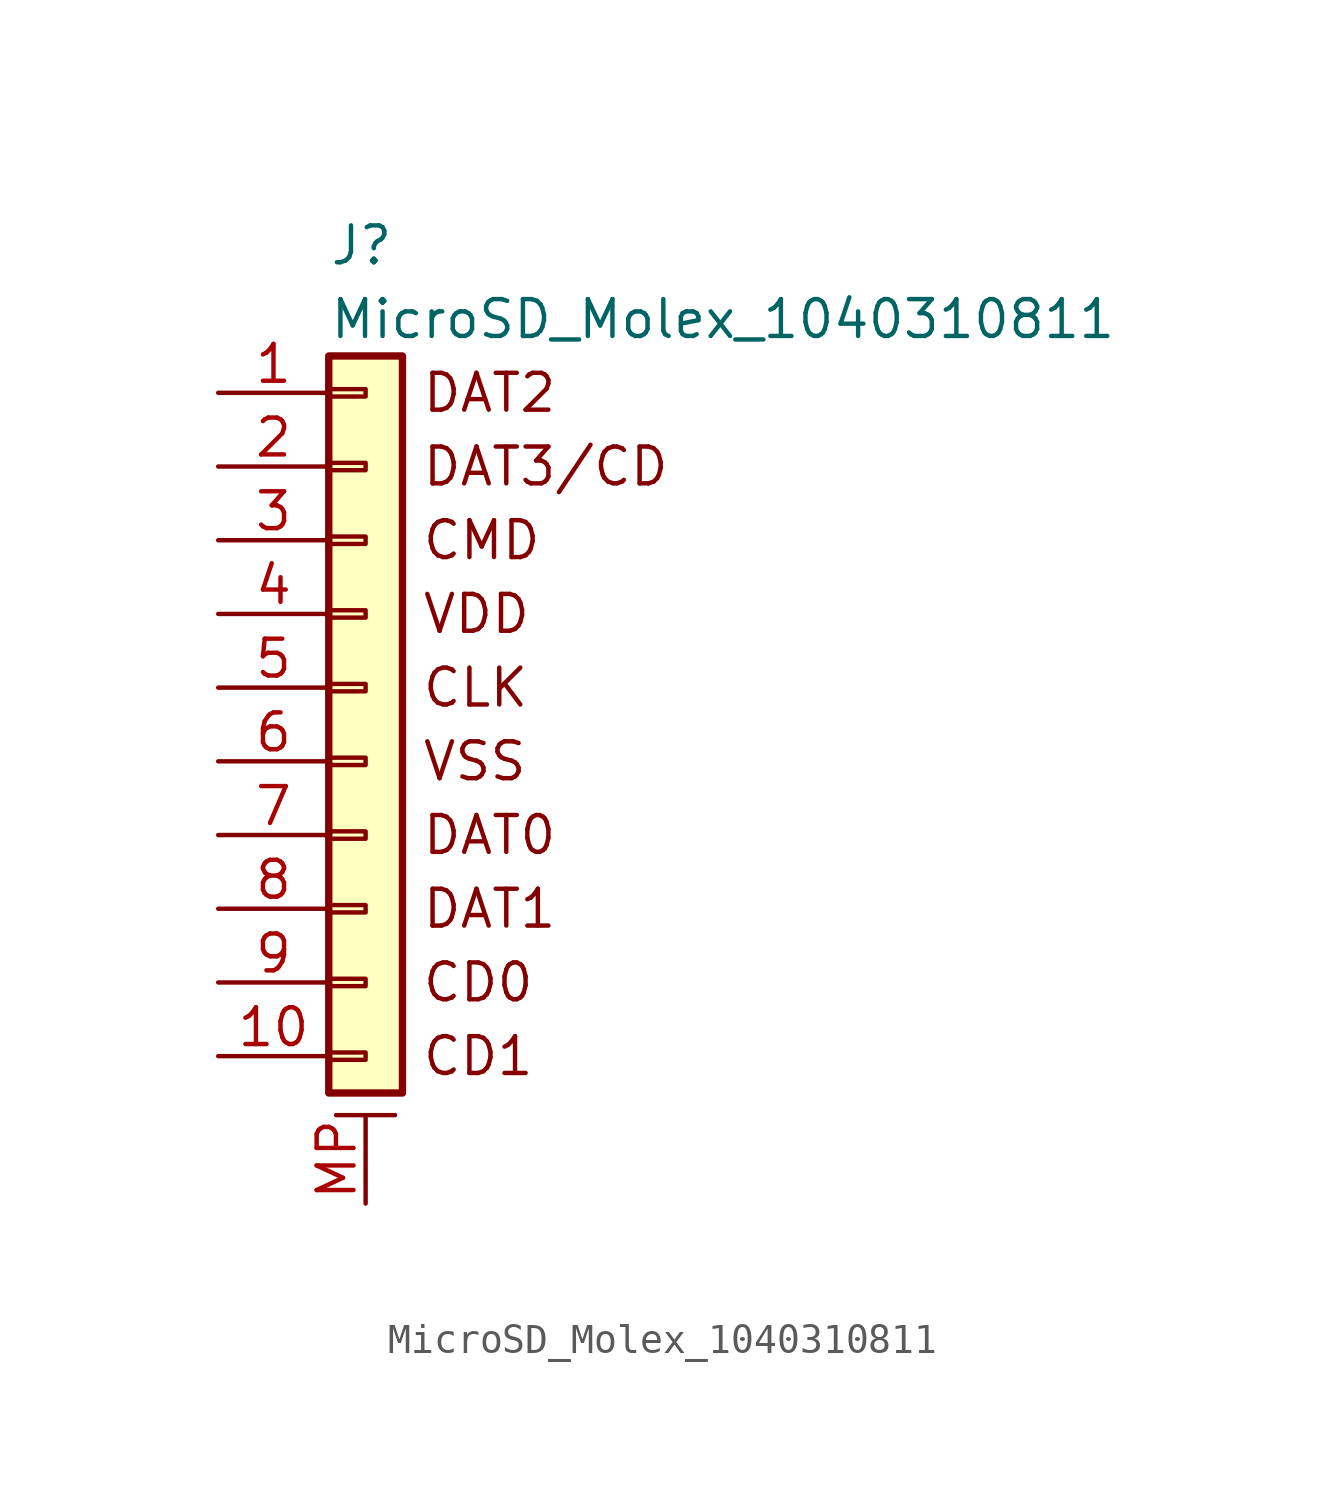
<source format=kicad_sym>
(kicad_symbol_lib
  (version 20231120)
  (generator "kicad_symbol_editor")
  (generator_version "8.0")
  (symbol "MicroSD_Molex_1040310811"
    (pin_names
      (offset 1.016) hide)
    (property "Reference" "J"
      (at -1.27 15.24 0)
      (effects (font (size 1.27 1.27)) (justify left)))
    (property "Value" "MicroSD_Molex_1040310811"
      (at -1.27 12.7 0)
      (effects (font (size 1.27 1.27)) (justify left)))
    (symbol "MicroSD_Molex_1040310811_0_0"
      (text "CD0" (at 1.905 -10.16 0) (effects (font (size 1.27 1.27)) (justify left)))
      (text "CD1" (at 1.905 -12.7 0) (effects (font (size 1.27 1.27)) (justify left)))
      (text "CLK" (at 1.905 0 0) (effects (font (size 1.27 1.27)) (justify left)))
      (text "CMD" (at 1.905 5.08 0) (effects (font (size 1.27 1.27)) (justify left)))
      (text "DAT0" (at 1.905 -5.08 0) (effects (font (size 1.27 1.27)) (justify left)))
      (text "DAT1" (at 1.905 -7.62 0) (effects (font (size 1.27 1.27)) (justify left)))
      (text "DAT2" (at 1.905 10.16 0) (effects (font (size 1.27 1.27)) (justify left)))
      (text "DAT3/CD" (at 1.905 7.62 0) (effects (font (size 1.27 1.27)) (justify left)))
      (text "VDD" (at 1.905 2.54 0) (effects (font (size 1.27 1.27)) (justify left)))
      (text "VSS" (at 1.905 -2.54 0) (effects (font (size 1.27 1.27)) (justify left))))
    (symbol "MicroSD_Molex_1040310811_1_1"
      (rectangle (start -1.27 -12.573) (end 0 -12.827) (stroke (width 0.152) (type solid)) (fill (type none)))
      (rectangle (start -1.27 -10.033) (end 0 -10.287) (stroke (width 0.152) (type solid)) (fill (type none)))
      (rectangle (start -1.27 -7.493) (end 0 -7.747) (stroke (width 0.152) (type solid)) (fill (type none)))
      (rectangle (start -1.27 -4.953) (end 0 -5.207) (stroke (width 0.152) (type solid)) (fill (type none)))
      (rectangle (start -1.27 -2.413) (end 0 -2.667) (stroke (width 0.152) (type solid)) (fill (type none)))
      (rectangle (start -1.27 0.127) (end 0 -0.127) (stroke (width 0.152) (type solid)) (fill (type none)))
      (rectangle (start -1.27 2.667) (end 0 2.413) (stroke (width 0.152) (type solid)) (fill (type none)))
      (rectangle (start -1.27 5.207) (end 0 4.953) (stroke (width 0.152) (type solid)) (fill (type none)))
      (rectangle (start -1.27 7.747) (end 0 7.493) (stroke (width 0.152) (type solid)) (fill (type none)))
      (rectangle (start -1.27 10.287) (end 0 10.033) (stroke (width 0.152) (type solid)) (fill (type none)))
      (rectangle (start -1.27 11.43) (end 1.27 -13.97) (stroke (width 0.254) (type solid)) (fill (type background)))
      (polyline (pts (xy -1.016 -14.732) (xy 1.016 -14.732)) (stroke (width 0.152) (type solid)) (fill (type none)))
      (pin passive line (at -5.08 10.16 0) (length 3.81) (name "Pin_1" (effects (font (size 1.27 1.27)))) (number "1" (effects (font (size 1.27 1.27)))))
      (pin passive line (at -5.08 -12.7 0) (length 3.81) (name "DET" (effects (font (size 1.27 1.27)))) (number "10" (effects (font (size 1.27 1.27)))))
      (pin passive line (at -5.08 7.62 0) (length 3.81) (name "Pin_2" (effects (font (size 1.27 1.27)))) (number "2" (effects (font (size 1.27 1.27)))))
      (pin passive line (at -5.08 5.08 0) (length 3.81) (name "Pin_3" (effects (font (size 1.27 1.27)))) (number "3" (effects (font (size 1.27 1.27)))))
      (pin passive line (at -5.08 2.54 0) (length 3.81) (name "Pin_4" (effects (font (size 1.27 1.27)))) (number "4" (effects (font (size 1.27 1.27)))))
      (pin passive line (at -5.08 0 0) (length 3.81) (name "Pin_5" (effects (font (size 1.27 1.27)))) (number "5" (effects (font (size 1.27 1.27)))))
      (pin passive line (at -5.08 -2.54 0) (length 3.81) (name "Pin_6" (effects (font (size 1.27 1.27)))) (number "6" (effects (font (size 1.27 1.27)))))
      (pin passive line (at -5.08 -5.08 0) (length 3.81) (name "Pin_7" (effects (font (size 1.27 1.27)))) (number "7" (effects (font (size 1.27 1.27)))))
      (pin passive line (at -5.08 -7.62 0) (length 3.81) (name "Pin_8" (effects (font (size 1.27 1.27)))) (number "8" (effects (font (size 1.27 1.27)))))
      (pin passive line (at -5.08 -10.16 0) (length 3.81) (name "Pin_9" (effects (font (size 1.27 1.27)))) (number "9" (effects (font (size 1.27 1.27)))))
      (pin passive line (at 0 -17.78 90) (length 3.048) (name "MountPin" (effects (font (size 1.27 1.27)))) (number "MP" (effects (font (size 1.27 1.27))))))))
</source>
